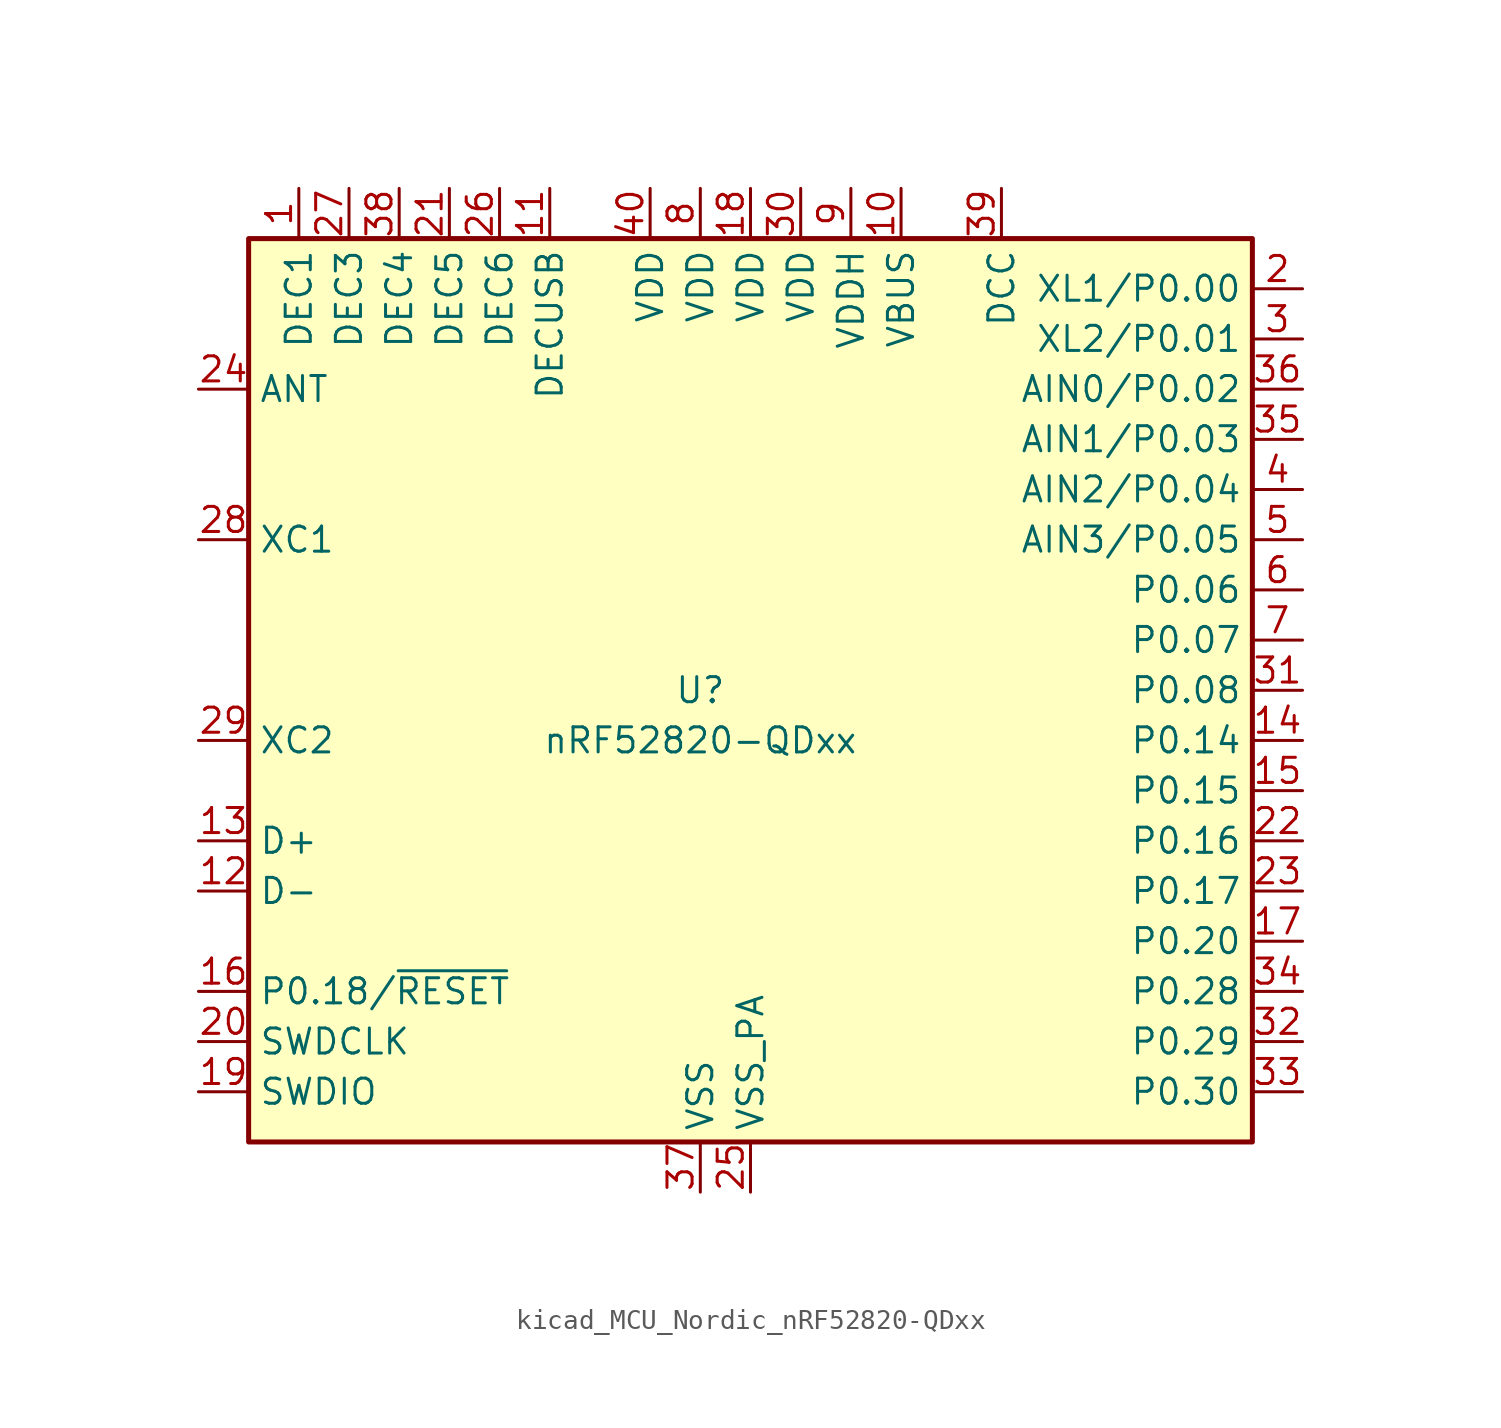
<source format=kicad_sym>
(kicad_symbol_lib
  (version 20220914)
  (generator kicad_symbol_editor)
  (symbol "kicad_MCU_Nordic_nRF52820-QDxx"
    (property "Reference" "U"
      (at -2.54 0 0)
      (effects (font (size 1.27 1.27))))
    (property "Value" "nRF52820-QDxx"
      (at -2.54 -2.54 0)
      (effects (font (size 1.27 1.27))))
    (symbol "kicad_MCU_Nordic_nRF52820-QDxx_0_1"
      (rectangle (start -25.4 22.86) (end 25.4 -22.86) (stroke (width 0.254) (type default)) (fill (type background))))
    (symbol "kicad_MCU_Nordic_nRF52820-QDxx_1_1"
      (pin passive line (at -22.86 25.4 270) (length 2.54) (name "DEC1" (effects (font (size 1.27 1.27)))) (number "1" (effects (font (size 1.27 1.27)))))
      (pin power_in line (at 7.62 25.4 270) (length 2.54) (name "VBUS" (effects (font (size 1.27 1.27)))) (number "10" (effects (font (size 1.27 1.27)))))
      (pin passive line (at -10.16 25.4 270) (length 2.54) (name "DECUSB" (effects (font (size 1.27 1.27)))) (number "11" (effects (font (size 1.27 1.27)))))
      (pin bidirectional line (at -27.94 -10.16 0) (length 2.54) (name "D-" (effects (font (size 1.27 1.27)))) (number "12" (effects (font (size 1.27 1.27)))))
      (pin bidirectional line (at -27.94 -7.62 0) (length 2.54) (name "D+" (effects (font (size 1.27 1.27)))) (number "13" (effects (font (size 1.27 1.27)))))
      (pin bidirectional line (at 27.94 -2.54 180) (length 2.54) (name "P0.14" (effects (font (size 1.27 1.27)))) (number "14" (effects (font (size 1.27 1.27)))))
      (pin bidirectional line (at 27.94 -5.08 180) (length 2.54) (name "P0.15" (effects (font (size 1.27 1.27)))) (number "15" (effects (font (size 1.27 1.27)))))
      (pin bidirectional line (at -27.94 -15.24 0) (length 2.54) (name "P0.18/~{RESET}" (effects (font (size 1.27 1.27)))) (number "16" (effects (font (size 1.27 1.27)))))
      (pin bidirectional line (at 27.94 -12.7 180) (length 2.54) (name "P0.20" (effects (font (size 1.27 1.27)))) (number "17" (effects (font (size 1.27 1.27)))))
      (pin power_in line (at 0 25.4 270) (length 2.54) (name "VDD" (effects (font (size 1.27 1.27)))) (number "18" (effects (font (size 1.27 1.27)))))
      (pin bidirectional line (at -27.94 -20.32 0) (length 2.54) (name "SWDIO" (effects (font (size 1.27 1.27)))) (number "19" (effects (font (size 1.27 1.27)))))
      (pin bidirectional line (at 27.94 20.32 180) (length 2.54) (name "XL1/P0.00" (effects (font (size 1.27 1.27)))) (number "2" (effects (font (size 1.27 1.27)))))
      (pin input line (at -27.94 -17.78 0) (length 2.54) (name "SWDCLK" (effects (font (size 1.27 1.27)))) (number "20" (effects (font (size 1.27 1.27)))))
      (pin passive line (at -15.24 25.4 270) (length 2.54) (name "DEC5" (effects (font (size 1.27 1.27)))) (number "21" (effects (font (size 1.27 1.27)))))
      (pin bidirectional line (at 27.94 -7.62 180) (length 2.54) (name "P0.16" (effects (font (size 1.27 1.27)))) (number "22" (effects (font (size 1.27 1.27)))))
      (pin bidirectional line (at 27.94 -10.16 180) (length 2.54) (name "P0.17" (effects (font (size 1.27 1.27)))) (number "23" (effects (font (size 1.27 1.27)))))
      (pin passive line (at -27.94 15.24 0) (length 2.54) (name "ANT" (effects (font (size 1.27 1.27)))) (number "24" (effects (font (size 1.27 1.27)))))
      (pin power_in line (at 0 -25.4 90) (length 2.54) (name "VSS_PA" (effects (font (size 1.27 1.27)))) (number "25" (effects (font (size 1.27 1.27)))))
      (pin passive line (at -12.7 25.4 270) (length 2.54) (name "DEC6" (effects (font (size 1.27 1.27)))) (number "26" (effects (font (size 1.27 1.27)))))
      (pin passive line (at -20.32 25.4 270) (length 2.54) (name "DEC3" (effects (font (size 1.27 1.27)))) (number "27" (effects (font (size 1.27 1.27)))))
      (pin input line (at -27.94 7.62 0) (length 2.54) (name "XC1" (effects (font (size 1.27 1.27)))) (number "28" (effects (font (size 1.27 1.27)))))
      (pin input line (at -27.94 -2.54 0) (length 2.54) (name "XC2" (effects (font (size 1.27 1.27)))) (number "29" (effects (font (size 1.27 1.27)))))
      (pin bidirectional line (at 27.94 17.78 180) (length 2.54) (name "XL2/P0.01" (effects (font (size 1.27 1.27)))) (number "3" (effects (font (size 1.27 1.27)))))
      (pin power_in line (at 2.54 25.4 270) (length 2.54) (name "VDD" (effects (font (size 1.27 1.27)))) (number "30" (effects (font (size 1.27 1.27)))))
      (pin bidirectional line (at 27.94 0 180) (length 2.54) (name "P0.08" (effects (font (size 1.27 1.27)))) (number "31" (effects (font (size 1.27 1.27)))))
      (pin bidirectional line (at 27.94 -17.78 180) (length 2.54) (name "P0.29" (effects (font (size 1.27 1.27)))) (number "32" (effects (font (size 1.27 1.27)))))
      (pin bidirectional line (at 27.94 -20.32 180) (length 2.54) (name "P0.30" (effects (font (size 1.27 1.27)))) (number "33" (effects (font (size 1.27 1.27)))))
      (pin bidirectional line (at 27.94 -15.24 180) (length 2.54) (name "P0.28" (effects (font (size 1.27 1.27)))) (number "34" (effects (font (size 1.27 1.27)))))
      (pin bidirectional line (at 27.94 12.7 180) (length 2.54) (name "AIN1/P0.03" (effects (font (size 1.27 1.27)))) (number "35" (effects (font (size 1.27 1.27)))))
      (pin bidirectional line (at 27.94 15.24 180) (length 2.54) (name "AIN0/P0.02" (effects (font (size 1.27 1.27)))) (number "36" (effects (font (size 1.27 1.27)))))
      (pin power_in line (at -2.54 -25.4 90) (length 2.54) (name "VSS" (effects (font (size 1.27 1.27)))) (number "37" (effects (font (size 1.27 1.27)))))
      (pin passive line (at -17.78 25.4 270) (length 2.54) (name "DEC4" (effects (font (size 1.27 1.27)))) (number "38" (effects (font (size 1.27 1.27)))))
      (pin power_out line (at 12.7 25.4 270) (length 2.54) (name "DCC" (effects (font (size 1.27 1.27)))) (number "39" (effects (font (size 1.27 1.27)))))
      (pin bidirectional line (at 27.94 10.16 180) (length 2.54) (name "AIN2/P0.04" (effects (font (size 1.27 1.27)))) (number "4" (effects (font (size 1.27 1.27)))))
      (pin power_in line (at -5.08 25.4 270) (length 2.54) (name "VDD" (effects (font (size 1.27 1.27)))) (number "40" (effects (font (size 1.27 1.27)))))
      (pin passive line (at -2.54 -25.4 90) (length 2.54) hide (name "VSS" (effects (font (size 1.27 1.27)))) (number "41" (effects (font (size 1.27 1.27)))))
      (pin bidirectional line (at 27.94 7.62 180) (length 2.54) (name "AIN3/P0.05" (effects (font (size 1.27 1.27)))) (number "5" (effects (font (size 1.27 1.27)))))
      (pin bidirectional line (at 27.94 5.08 180) (length 2.54) (name "P0.06" (effects (font (size 1.27 1.27)))) (number "6" (effects (font (size 1.27 1.27)))))
      (pin bidirectional line (at 27.94 2.54 180) (length 2.54) (name "P0.07" (effects (font (size 1.27 1.27)))) (number "7" (effects (font (size 1.27 1.27)))))
      (pin power_in line (at -2.54 25.4 270) (length 2.54) (name "VDD" (effects (font (size 1.27 1.27)))) (number "8" (effects (font (size 1.27 1.27)))))
      (pin power_in line (at 5.08 25.4 270) (length 2.54) (name "VDDH" (effects (font (size 1.27 1.27)))) (number "9" (effects (font (size 1.27 1.27))))))))
</source>
